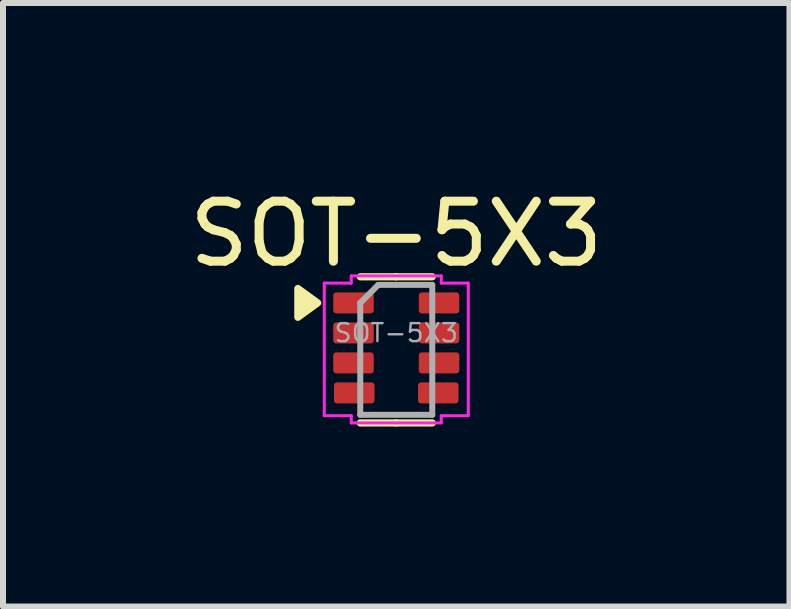
<source format=kicad_pcb>
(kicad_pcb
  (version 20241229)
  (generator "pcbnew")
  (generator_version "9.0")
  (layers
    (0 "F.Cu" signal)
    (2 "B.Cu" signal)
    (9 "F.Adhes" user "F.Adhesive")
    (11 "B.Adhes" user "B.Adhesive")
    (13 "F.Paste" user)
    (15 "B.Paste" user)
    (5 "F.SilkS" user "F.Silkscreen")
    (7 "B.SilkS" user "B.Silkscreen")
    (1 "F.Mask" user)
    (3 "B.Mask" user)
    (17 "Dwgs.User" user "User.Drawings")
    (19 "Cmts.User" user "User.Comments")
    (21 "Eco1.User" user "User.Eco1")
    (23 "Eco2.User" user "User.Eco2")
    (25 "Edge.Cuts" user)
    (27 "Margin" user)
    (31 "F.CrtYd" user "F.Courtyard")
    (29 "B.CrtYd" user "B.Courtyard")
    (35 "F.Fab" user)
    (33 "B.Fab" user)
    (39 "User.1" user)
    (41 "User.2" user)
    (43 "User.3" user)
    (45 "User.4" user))
  (footprint "SOT-5X3"
    (layer "F.Cu")
    (at 3.554 2.498)
    (property "Reference" "SOT-5X3" (at 0 -1.65 0) (layer "F.SilkS") (effects (font (size 1 1) (thickness 0.15))))
    (attr smd)
    (fp_line (start 0 -0.935) (end -0.6 -0.935) (stroke (width 0.12) (type solid)) (layer "F.SilkS"))
    (fp_line (start 0 -0.935) (end 0.6 -0.935) (stroke (width 0.12) (type solid)) (layer "F.SilkS"))
    (fp_line (start 0 1.5) (end -0.6 1.5) (stroke (width 0.12) (type solid)) (layer "F.SilkS"))
    (fp_line (start 0 1.5) (end 0.6 1.5) (stroke (width 0.12) (type solid)) (layer "F.SilkS"))
    (fp_poly (pts (xy -1.31 -0.5) (xy -1.64 -0.26) (xy -1.64 -0.74)) (stroke (width 0.12) (type solid)) (fill yes) (layer "F.SilkS"))
    (fp_line (start -1.2 -0.83) (end -0.75 -0.83) (stroke (width 0.05) (type solid)) (layer "F.CrtYd"))
    (fp_line (start -1.2 1.38) (end -1.2 -0.83) (stroke (width 0.05) (type solid)) (layer "F.CrtYd"))
    (fp_line (start -0.75 -0.95) (end 0.75 -0.95) (stroke (width 0.05) (type solid)) (layer "F.CrtYd"))
    (fp_line (start -0.75 -0.83) (end -0.75 -0.95) (stroke (width 0.05) (type solid)) (layer "F.CrtYd"))
    (fp_line (start -0.75 1.38) (end -1.2 1.38) (stroke (width 0.05) (type solid)) (layer "F.CrtYd"))
    (fp_line (start -0.75 1.5) (end -0.75 1.38) (stroke (width 0.05) (type solid)) (layer "F.CrtYd"))
    (fp_line (start 0.75 -0.95) (end 0.75 -0.83) (stroke (width 0.05) (type solid)) (layer "F.CrtYd"))
    (fp_line (start 0.75 -0.83) (end 1.2 -0.83) (stroke (width 0.05) (type solid)) (layer "F.CrtYd"))
    (fp_line (start 0.75 1.38) (end 0.75 1.5) (stroke (width 0.05) (type solid)) (layer "F.CrtYd"))
    (fp_line (start 0.75 1.5) (end -0.75 1.5) (stroke (width 0.05) (type solid)) (layer "F.CrtYd"))
    (fp_line (start 1.2 -0.83) (end 1.2 1.38) (stroke (width 0.05) (type solid)) (layer "F.CrtYd"))
    (fp_line (start 1.2 1.38) (end 0.75 1.38) (stroke (width 0.05) (type solid)) (layer "F.CrtYd"))
    (fp_line (start -0.6 -0.5) (end -0.3 -0.8) (stroke (width 0.1) (type solid)) (layer "F.Fab"))
    (fp_line (start -0.6 1.365) (end -0.6 -0.5) (stroke (width 0.1) (type solid)) (layer "F.Fab"))
    (fp_line (start -0.3 -0.8) (end 0.6 -0.8) (stroke (width 0.1) (type solid)) (layer "F.Fab"))
    (fp_line (start 0.6 -0.8) (end 0.6 1.365) (stroke (width 0.1) (type solid)) (layer "F.Fab"))
    (fp_line (start 0.6 1.365) (end -0.6 1.365) (stroke (width 0.1) (type solid)) (layer "F.Fab"))
    (fp_text user "${REFERENCE}" (at 0 0 0) (layer "F.Fab") (effects (font (size 0.3 0.3) (thickness 0.04))))
    (pad "1" smd roundrect (at -0.713 -0.5) (size 0.675 0.35) (layers "F.Cu" "F.Mask" "F.Paste") (roundrect_rratio 0.143))
    (pad "2" smd roundrect (at -0.713 0) (size 0.675 0.35) (layers "F.Cu" "F.Mask" "F.Paste") (roundrect_rratio 0.143))
    (pad "3" smd roundrect (at -0.713 0.5) (size 0.675 0.35) (layers "F.Cu" "F.Mask" "F.Paste") (roundrect_rratio 0.143))
    (pad "4" smd roundrect (at -0.7 1) (size 0.675 0.35) (layers "F.Cu" "F.Mask" "F.Paste") (roundrect_rratio 0.143))
    (pad "5" smd roundrect (at 0.7 1) (size 0.675 0.35) (layers "F.Cu" "F.Mask" "F.Paste") (roundrect_rratio 0.143))
    (pad "6" smd roundrect (at 0.713 0.5) (size 0.675 0.35) (layers "F.Cu" "F.Mask" "F.Paste") (roundrect_rratio 0.143))
    (pad "7" smd roundrect (at 0.713 0) (size 0.675 0.35) (layers "F.Cu" "F.Mask" "F.Paste") (roundrect_rratio 0.143))
    (pad "8" smd roundrect (at 0.713 -0.5) (size 0.675 0.35) (layers "F.Cu" "F.Mask" "F.Paste") (roundrect_rratio 0.143)))
  (gr_rect
    (start -3 -3)
    (end 10.107 7.058)
    (stroke (width 0.1) (type default))
    (fill no)
    (layer "Edge.Cuts")))
</source>
